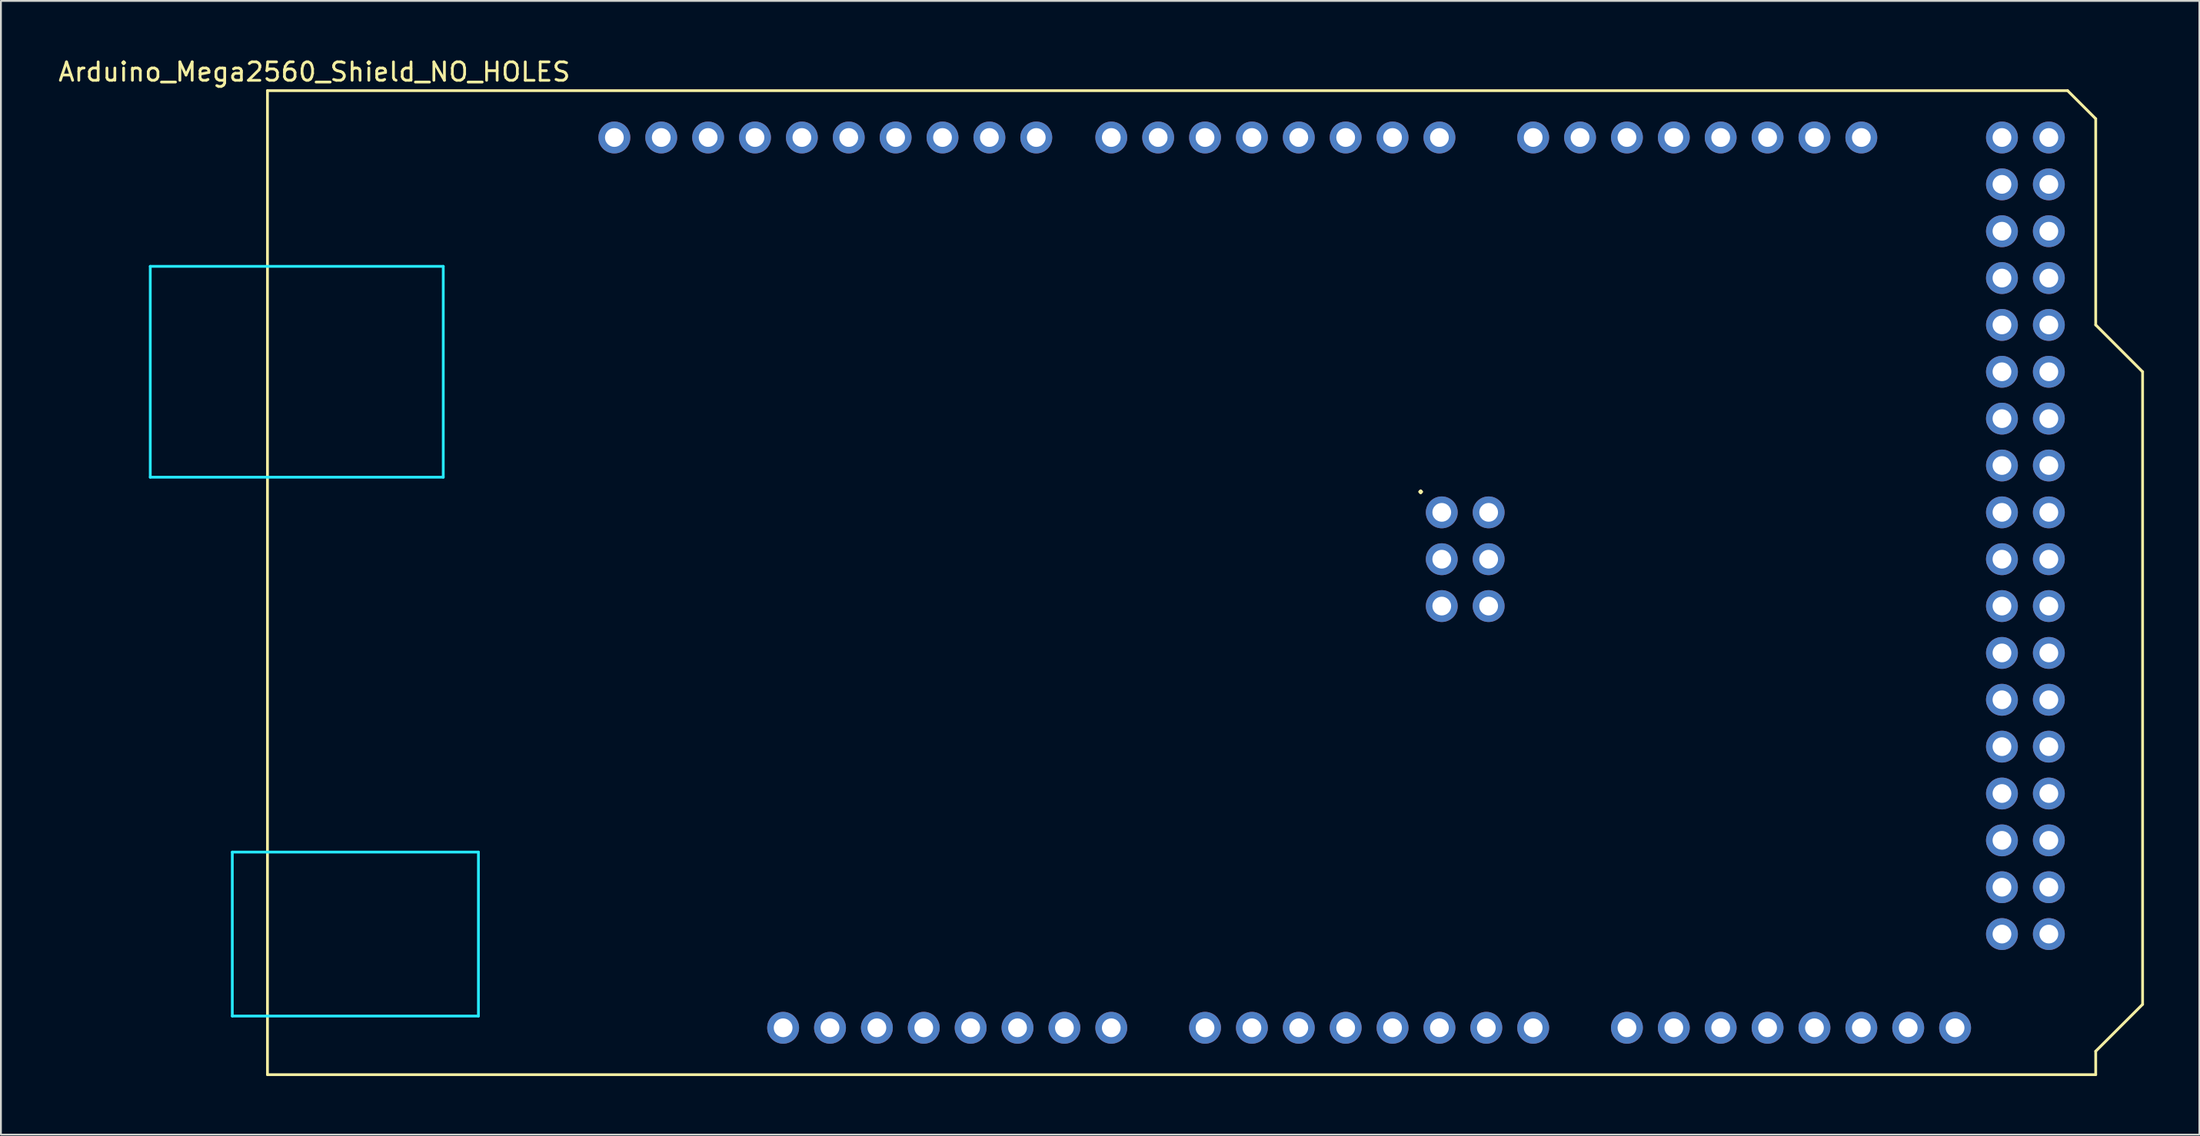
<source format=kicad_pcb>
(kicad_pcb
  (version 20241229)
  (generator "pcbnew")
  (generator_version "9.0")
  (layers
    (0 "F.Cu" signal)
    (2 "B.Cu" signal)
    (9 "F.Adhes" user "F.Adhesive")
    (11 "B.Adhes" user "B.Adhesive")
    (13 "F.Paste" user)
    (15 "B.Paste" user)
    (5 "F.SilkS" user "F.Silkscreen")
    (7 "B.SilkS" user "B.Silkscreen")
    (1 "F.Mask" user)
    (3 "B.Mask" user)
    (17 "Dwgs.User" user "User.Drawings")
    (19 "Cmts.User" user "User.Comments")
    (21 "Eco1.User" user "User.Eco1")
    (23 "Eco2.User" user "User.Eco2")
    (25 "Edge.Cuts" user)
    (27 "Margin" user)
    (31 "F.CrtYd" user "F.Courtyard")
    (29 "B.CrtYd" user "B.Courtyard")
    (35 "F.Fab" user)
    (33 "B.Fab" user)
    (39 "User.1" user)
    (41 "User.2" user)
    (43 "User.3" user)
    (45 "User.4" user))
  (footprint "Arduino_Mega2560_Shield_NO_HOLES"
    (layer "F.Cu")
    (at 11.442 55.204)
    (property "Reference" "Arduino_Mega2560_Shield_NO_HOLES" (at 2.54 -54.356 0) (layer "F.SilkS") (effects (font (size 1 1) (thickness 0.15))))
    (attr through_hole)
    (fp_line (start 0 -53.34) (end 0 0) (stroke (width 0.15) (type solid)) (layer "F.SilkS"))
    (fp_line (start 0 -53.34) (end 97.536 -53.34) (stroke (width 0.15) (type solid)) (layer "F.SilkS"))
    (fp_line (start 0 0) (end 99.06 0) (stroke (width 0.15) (type solid)) (layer "F.SilkS"))
    (fp_line (start 97.536 -53.34) (end 99.06 -51.816) (stroke (width 0.15) (type solid)) (layer "F.SilkS"))
    (fp_line (start 99.06 -40.64) (end 99.06 -51.816) (stroke (width 0.15) (type solid)) (layer "F.SilkS"))
    (fp_line (start 99.06 -1.27) (end 101.6 -3.81) (stroke (width 0.15) (type solid)) (layer "F.SilkS"))
    (fp_line (start 99.06 0) (end 99.06 -1.27) (stroke (width 0.15) (type solid)) (layer "F.SilkS"))
    (fp_line (start 101.6 -38.1) (end 99.06 -40.64) (stroke (width 0.15) (type solid)) (layer "F.SilkS"))
    (fp_line (start 101.6 -3.81) (end 101.6 -38.1) (stroke (width 0.15) (type solid)) (layer "F.SilkS"))
    (fp_line (start -6.35 -43.815) (end -6.35 -32.385) (stroke (width 0.15) (type solid)) (layer "B.CrtYd"))
    (fp_line (start -1.905 -12.065) (end -1.905 -3.175) (stroke (width 0.15) (type solid)) (layer "B.CrtYd"))
    (fp_line (start -1.905 -12.065) (end 11.43 -12.065) (stroke (width 0.15) (type solid)) (layer "B.CrtYd"))
    (fp_line (start -1.905 -3.175) (end 11.43 -3.175) (stroke (width 0.15) (type solid)) (layer "B.CrtYd"))
    (fp_line (start 9.525 -43.815) (end -6.35 -43.815) (stroke (width 0.15) (type solid)) (layer "B.CrtYd"))
    (fp_line (start 9.525 -43.815) (end 9.525 -32.385) (stroke (width 0.15) (type solid)) (layer "B.CrtYd"))
    (fp_line (start 9.525 -32.385) (end -6.35 -32.385) (stroke (width 0.15) (type solid)) (layer "B.CrtYd"))
    (fp_line (start 11.43 -12.065) (end 11.43 -3.175) (stroke (width 0.15) (type solid)) (layer "B.CrtYd"))
    (fp_text user "." (at 62.484 -32.004 0) (layer "F.SilkS") (effects (font (size 1 1) (thickness 0.15))))
    (pad "" thru_hole oval (at 27.94 -2.54) (size 1.727 1.727) (drill 1.016) (layers "*.Cu" "*.Mask"))
    (pad "3V3" thru_hole oval (at 35.56 -2.54) (size 1.727 1.727) (drill 1.016) (layers "*.Cu" "*.Mask"))
    (pad "5V1" thru_hole oval (at 38.1 -2.54) (size 1.727 1.727) (drill 1.016) (layers "*.Cu" "*.Mask"))
    (pad "5V2" thru_hole oval (at 66.167 -30.48) (size 1.727 1.727) (drill 1.016) (layers "*.Cu" "*.Mask"))
    (pad "5V3" thru_hole oval (at 93.98 -50.8) (size 1.727 1.727) (drill 1.016) (layers "*.Cu" "*.Mask"))
    (pad "5V4" thru_hole oval (at 96.52 -50.8) (size 1.727 1.727) (drill 1.016) (layers "*.Cu" "*.Mask"))
    (pad "A0" thru_hole oval (at 50.8 -2.54) (size 1.727 1.727) (drill 1.016) (layers "*.Cu" "*.Mask"))
    (pad "A1" thru_hole oval (at 53.34 -2.54) (size 1.727 1.727) (drill 1.016) (layers "*.Cu" "*.Mask"))
    (pad "A2" thru_hole oval (at 55.88 -2.54) (size 1.727 1.727) (drill 1.016) (layers "*.Cu" "*.Mask"))
    (pad "A3" thru_hole oval (at 58.42 -2.54) (size 1.727 1.727) (drill 1.016) (layers "*.Cu" "*.Mask"))
    (pad "A4" thru_hole oval (at 60.96 -2.54) (size 1.727 1.727) (drill 1.016) (layers "*.Cu" "*.Mask"))
    (pad "A5" thru_hole oval (at 63.5 -2.54) (size 1.727 1.727) (drill 1.016) (layers "*.Cu" "*.Mask"))
    (pad "A6" thru_hole oval (at 66.04 -2.54) (size 1.727 1.727) (drill 1.016) (layers "*.Cu" "*.Mask"))
    (pad "A7" thru_hole oval (at 68.58 -2.54) (size 1.727 1.727) (drill 1.016) (layers "*.Cu" "*.Mask"))
    (pad "A8" thru_hole oval (at 73.66 -2.54) (size 1.727 1.727) (drill 1.016) (layers "*.Cu" "*.Mask"))
    (pad "A9" thru_hole oval (at 76.2 -2.54) (size 1.727 1.727) (drill 1.016) (layers "*.Cu" "*.Mask"))
    (pad "A10" thru_hole oval (at 78.74 -2.54) (size 1.727 1.727) (drill 1.016) (layers "*.Cu" "*.Mask"))
    (pad "A11" thru_hole oval (at 81.28 -2.54) (size 1.727 1.727) (drill 1.016) (layers "*.Cu" "*.Mask"))
    (pad "A12" thru_hole oval (at 83.82 -2.54) (size 1.727 1.727) (drill 1.016) (layers "*.Cu" "*.Mask"))
    (pad "A13" thru_hole oval (at 86.36 -2.54) (size 1.727 1.727) (drill 1.016) (layers "*.Cu" "*.Mask"))
    (pad "A14" thru_hole oval (at 88.9 -2.54) (size 1.727 1.727) (drill 1.016) (layers "*.Cu" "*.Mask"))
    (pad "A15" thru_hole oval (at 91.44 -2.54) (size 1.727 1.727) (drill 1.016) (layers "*.Cu" "*.Mask"))
    (pad "AREF" thru_hole oval (at 23.876 -50.8) (size 1.727 1.727) (drill 1.016) (layers "*.Cu" "*.Mask"))
    (pad "D0" thru_hole oval (at 63.5 -50.8) (size 1.727 1.727) (drill 1.016) (layers "*.Cu" "*.Mask"))
    (pad "D1" thru_hole oval (at 60.96 -50.8) (size 1.727 1.727) (drill 1.016) (layers "*.Cu" "*.Mask"))
    (pad "D2" thru_hole oval (at 58.42 -50.8) (size 1.727 1.727) (drill 1.016) (layers "*.Cu" "*.Mask"))
    (pad "D3" thru_hole oval (at 55.88 -50.8) (size 1.727 1.727) (drill 1.016) (layers "*.Cu" "*.Mask"))
    (pad "D4" thru_hole oval (at 53.34 -50.8) (size 1.727 1.727) (drill 1.016) (layers "*.Cu" "*.Mask"))
    (pad "D5" thru_hole oval (at 50.8 -50.8) (size 1.727 1.727) (drill 1.016) (layers "*.Cu" "*.Mask"))
    (pad "D6" thru_hole oval (at 48.26 -50.8) (size 1.727 1.727) (drill 1.016) (layers "*.Cu" "*.Mask"))
    (pad "D7" thru_hole oval (at 45.72 -50.8) (size 1.727 1.727) (drill 1.016) (layers "*.Cu" "*.Mask"))
    (pad "D8" thru_hole oval (at 41.656 -50.8) (size 1.727 1.727) (drill 1.016) (layers "*.Cu" "*.Mask"))
    (pad "D9" thru_hole oval (at 39.116 -50.8) (size 1.727 1.727) (drill 1.016) (layers "*.Cu" "*.Mask"))
    (pad "D10" thru_hole oval (at 36.576 -50.8) (size 1.727 1.727) (drill 1.016) (layers "*.Cu" "*.Mask"))
    (pad "D11" thru_hole oval (at 34.036 -50.8) (size 1.727 1.727) (drill 1.016) (layers "*.Cu" "*.Mask"))
    (pad "D12" thru_hole oval (at 31.496 -50.8) (size 1.727 1.727) (drill 1.016) (layers "*.Cu" "*.Mask"))
    (pad "D13" thru_hole oval (at 28.956 -50.8) (size 1.727 1.727) (drill 1.016) (layers "*.Cu" "*.Mask"))
    (pad "D14" thru_hole oval (at 68.58 -50.8) (size 1.727 1.727) (drill 1.016) (layers "*.Cu" "*.Mask"))
    (pad "D15" thru_hole oval (at 71.12 -50.8) (size 1.727 1.727) (drill 1.016) (layers "*.Cu" "*.Mask"))
    (pad "D16" thru_hole oval (at 73.66 -50.8) (size 1.727 1.727) (drill 1.016) (layers "*.Cu" "*.Mask"))
    (pad "D17" thru_hole oval (at 76.2 -50.8) (size 1.727 1.727) (drill 1.016) (layers "*.Cu" "*.Mask"))
    (pad "D18" thru_hole oval (at 78.74 -50.8) (size 1.727 1.727) (drill 1.016) (layers "*.Cu" "*.Mask"))
    (pad "D19" thru_hole oval (at 81.28 -50.8) (size 1.727 1.727) (drill 1.016) (layers "*.Cu" "*.Mask"))
    (pad "D20" thru_hole oval (at 83.82 -50.8) (size 1.727 1.727) (drill 1.016) (layers "*.Cu" "*.Mask"))
    (pad "D21" thru_hole oval (at 86.36 -50.8) (size 1.727 1.727) (drill 1.016) (layers "*.Cu" "*.Mask"))
    (pad "D22" thru_hole oval (at 93.98 -48.26) (size 1.727 1.727) (drill 1.016) (layers "*.Cu" "*.Mask"))
    (pad "D23" thru_hole oval (at 96.52 -48.26) (size 1.727 1.727) (drill 1.016) (layers "*.Cu" "*.Mask"))
    (pad "D24" thru_hole oval (at 93.98 -45.72) (size 1.727 1.727) (drill 1.016) (layers "*.Cu" "*.Mask"))
    (pad "D25" thru_hole oval (at 96.52 -45.72) (size 1.727 1.727) (drill 1.016) (layers "*.Cu" "*.Mask"))
    (pad "D26" thru_hole oval (at 93.98 -43.18) (size 1.727 1.727) (drill 1.016) (layers "*.Cu" "*.Mask"))
    (pad "D27" thru_hole oval (at 96.52 -43.18) (size 1.727 1.727) (drill 1.016) (layers "*.Cu" "*.Mask"))
    (pad "D28" thru_hole oval (at 93.98 -40.64) (size 1.727 1.727) (drill 1.016) (layers "*.Cu" "*.Mask"))
    (pad "D29" thru_hole oval (at 96.52 -40.64) (size 1.727 1.727) (drill 1.016) (layers "*.Cu" "*.Mask"))
    (pad "D30" thru_hole oval (at 93.98 -38.1) (size 1.727 1.727) (drill 1.016) (layers "*.Cu" "*.Mask"))
    (pad "D31" thru_hole oval (at 96.52 -38.1) (size 1.727 1.727) (drill 1.016) (layers "*.Cu" "*.Mask"))
    (pad "D32" thru_hole oval (at 93.98 -35.56) (size 1.727 1.727) (drill 1.016) (layers "*.Cu" "*.Mask"))
    (pad "D33" thru_hole oval (at 96.52 -35.56) (size 1.727 1.727) (drill 1.016) (layers "*.Cu" "*.Mask"))
    (pad "D34" thru_hole oval (at 93.98 -33.02) (size 1.727 1.727) (drill 1.016) (layers "*.Cu" "*.Mask"))
    (pad "D35" thru_hole oval (at 96.52 -33.02) (size 1.727 1.727) (drill 1.016) (layers "*.Cu" "*.Mask"))
    (pad "D36" thru_hole oval (at 93.98 -30.48) (size 1.727 1.727) (drill 1.016) (layers "*.Cu" "*.Mask"))
    (pad "D37" thru_hole oval (at 96.52 -30.48) (size 1.727 1.727) (drill 1.016) (layers "*.Cu" "*.Mask"))
    (pad "D38" thru_hole oval (at 93.98 -27.94) (size 1.727 1.727) (drill 1.016) (layers "*.Cu" "*.Mask"))
    (pad "D39" thru_hole oval (at 96.52 -27.94) (size 1.727 1.727) (drill 1.016) (layers "*.Cu" "*.Mask"))
    (pad "D40" thru_hole oval (at 93.98 -25.4) (size 1.727 1.727) (drill 1.016) (layers "*.Cu" "*.Mask"))
    (pad "D41" thru_hole oval (at 96.52 -25.4) (size 1.727 1.727) (drill 1.016) (layers "*.Cu" "*.Mask"))
    (pad "D42" thru_hole oval (at 93.98 -22.86) (size 1.727 1.727) (drill 1.016) (layers "*.Cu" "*.Mask"))
    (pad "D43" thru_hole oval (at 96.52 -22.86) (size 1.727 1.727) (drill 1.016) (layers "*.Cu" "*.Mask"))
    (pad "D44" thru_hole oval (at 93.98 -20.32) (size 1.727 1.727) (drill 1.016) (layers "*.Cu" "*.Mask"))
    (pad "D45" thru_hole oval (at 96.52 -20.32) (size 1.727 1.727) (drill 1.016) (layers "*.Cu" "*.Mask"))
    (pad "D46" thru_hole oval (at 93.98 -17.78) (size 1.727 1.727) (drill 1.016) (layers "*.Cu" "*.Mask"))
    (pad "D47" thru_hole oval (at 96.52 -17.78) (size 1.727 1.727) (drill 1.016) (layers "*.Cu" "*.Mask"))
    (pad "D48" thru_hole oval (at 93.98 -15.24) (size 1.727 1.727) (drill 1.016) (layers "*.Cu" "*.Mask"))
    (pad "D49" thru_hole oval (at 96.52 -15.24) (size 1.727 1.727) (drill 1.016) (layers "*.Cu" "*.Mask"))
    (pad "D50" thru_hole oval (at 93.98 -12.7) (size 1.727 1.727) (drill 1.016) (layers "*.Cu" "*.Mask"))
    (pad "D51" thru_hole oval (at 96.52 -12.7) (size 1.727 1.727) (drill 1.016) (layers "*.Cu" "*.Mask"))
    (pad "D52" thru_hole oval (at 93.98 -10.16) (size 1.727 1.727) (drill 1.016) (layers "*.Cu" "*.Mask"))
    (pad "D53" thru_hole oval (at 96.52 -10.16) (size 1.727 1.727) (drill 1.016) (layers "*.Cu" "*.Mask"))
    (pad "GND1" thru_hole oval (at 26.416 -50.8) (size 1.727 1.727) (drill 1.016) (layers "*.Cu" "*.Mask"))
    (pad "GND2" thru_hole oval (at 40.64 -2.54) (size 1.727 1.727) (drill 1.016) (layers "*.Cu" "*.Mask"))
    (pad "GND3" thru_hole oval (at 43.18 -2.54) (size 1.727 1.727) (drill 1.016) (layers "*.Cu" "*.Mask"))
    (pad "GND4" thru_hole oval (at 66.167 -25.4) (size 1.727 1.727) (drill 1.016) (layers "*.Cu" "*.Mask"))
    (pad "GND5" thru_hole oval (at 93.98 -7.62) (size 1.727 1.727) (drill 1.016) (layers "*.Cu" "*.Mask"))
    (pad "GND6" thru_hole oval (at 96.52 -7.62) (size 1.727 1.727) (drill 1.016) (layers "*.Cu" "*.Mask"))
    (pad "IORF" thru_hole oval (at 30.48 -2.54) (size 1.727 1.727) (drill 1.016) (layers "*.Cu" "*.Mask"))
    (pad "MISO" thru_hole oval (at 63.627 -30.48) (size 1.727 1.727) (drill 1.016) (layers "*.Cu" "*.Mask"))
    (pad "MOSI" thru_hole oval (at 66.167 -27.94) (size 1.727 1.727) (drill 1.016) (layers "*.Cu" "*.Mask"))
    (pad "RST1" thru_hole oval (at 33.02 -2.54) (size 1.727 1.727) (drill 1.016) (layers "*.Cu" "*.Mask"))
    (pad "RST2" thru_hole oval (at 63.627 -25.4) (size 1.727 1.727) (drill 1.016) (layers "*.Cu" "*.Mask"))
    (pad "SCK" thru_hole oval (at 63.627 -27.94) (size 1.727 1.727) (drill 1.016) (layers "*.Cu" "*.Mask"))
    (pad "SCL" thru_hole oval (at 18.796 -50.8) (size 1.727 1.727) (drill 1.016) (layers "*.Cu" "*.Mask"))
    (pad "SDA" thru_hole oval (at 21.336 -50.8) (size 1.727 1.727) (drill 1.016) (layers "*.Cu" "*.Mask"))
    (pad "VIN" thru_hole oval (at 45.72 -2.54) (size 1.727 1.727) (drill 1.016) (layers "*.Cu" "*.Mask")))
  (gr_rect
    (start -3 -3)
    (end 116.117 58.454)
    (stroke (width 0.1) (type default))
    (fill no)
    (layer "Edge.Cuts")))
</source>
